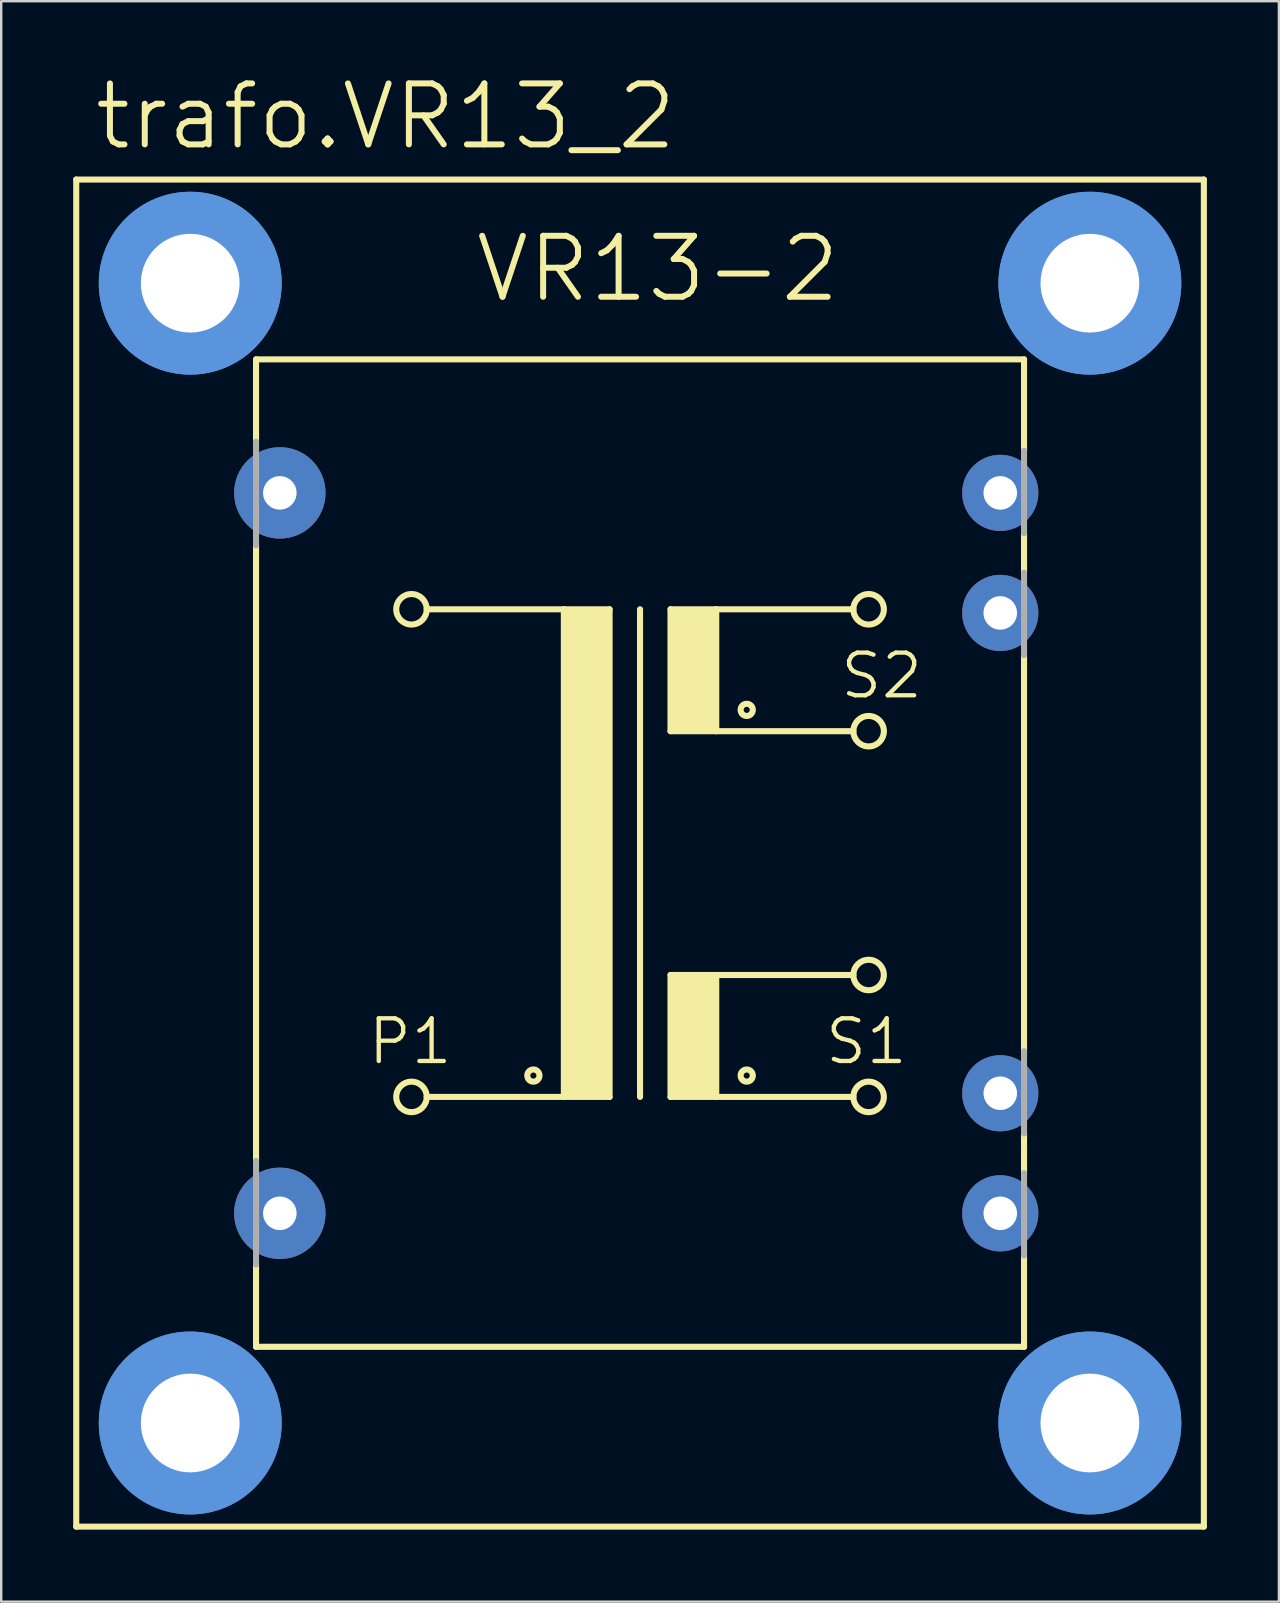
<source format=kicad_pcb>
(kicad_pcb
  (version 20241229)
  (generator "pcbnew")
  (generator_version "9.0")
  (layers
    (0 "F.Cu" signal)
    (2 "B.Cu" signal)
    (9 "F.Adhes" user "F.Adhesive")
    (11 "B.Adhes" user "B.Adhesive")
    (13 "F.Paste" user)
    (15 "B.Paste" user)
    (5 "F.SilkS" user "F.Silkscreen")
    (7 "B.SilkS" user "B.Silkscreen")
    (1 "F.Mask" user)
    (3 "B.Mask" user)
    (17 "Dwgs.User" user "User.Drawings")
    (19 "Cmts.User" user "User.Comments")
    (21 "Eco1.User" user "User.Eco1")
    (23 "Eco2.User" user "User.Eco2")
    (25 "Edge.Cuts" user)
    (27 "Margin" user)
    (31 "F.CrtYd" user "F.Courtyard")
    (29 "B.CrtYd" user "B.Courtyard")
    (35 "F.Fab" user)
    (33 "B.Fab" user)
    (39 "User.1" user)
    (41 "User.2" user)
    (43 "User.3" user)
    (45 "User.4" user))
  (footprint "trafo.VR13_2"
    (layer "F.Cu")
    (at 23.622 32.5)
    (property "Reference" "trafo.VR13_2" (at -22.86 -29.21 0) (layer "F.SilkS") (effects (font (size 2.54 2.54) (thickness 0.25)) (justify left bottom)))
    (attr through_hole)
    (fp_line (start -23.495 28.067) (end -23.495 -28.067) (stroke (width 0.254) (type default)) (layer "F.SilkS"))
    (fp_line (start -23.495 28.067) (end 23.495 28.067) (stroke (width 0.254) (type default)) (layer "F.SilkS"))
    (fp_line (start -16.002 -20.574) (end -16.002 -17.145) (stroke (width 0.254) (type default)) (layer "F.SilkS"))
    (fp_line (start -16.002 -12.827) (end -16.002 12.827) (stroke (width 0.254) (type default)) (layer "F.SilkS"))
    (fp_line (start -16.002 20.574) (end -16.002 17.145) (stroke (width 0.254) (type default)) (layer "F.SilkS"))
    (fp_line (start -16.002 20.574) (end 16.002 20.574) (stroke (width 0.254) (type default)) (layer "F.SilkS"))
    (fp_line (start -8.89 -10.16) (end -3.175 -10.16) (stroke (width 0.254) (type default)) (layer "F.SilkS"))
    (fp_line (start -3.175 -10.16) (end -3.175 10.16) (stroke (width 0.254) (type default)) (layer "F.SilkS"))
    (fp_line (start -3.175 -10.16) (end -1.27 -10.16) (stroke (width 0.254) (type default)) (layer "F.SilkS"))
    (fp_line (start -3.175 10.16) (end -8.89 10.16) (stroke (width 0.254) (type default)) (layer "F.SilkS"))
    (fp_line (start -1.27 -10.16) (end -1.27 10.16) (stroke (width 0.254) (type default)) (layer "F.SilkS"))
    (fp_line (start -1.27 10.16) (end -3.175 10.16) (stroke (width 0.254) (type default)) (layer "F.SilkS"))
    (fp_line (start 0 -10.16) (end 0 10.16) (stroke (width 0.254) (type default)) (layer "F.SilkS"))
    (fp_line (start 1.27 -10.16) (end 1.27 -5.08) (stroke (width 0.254) (type default)) (layer "F.SilkS"))
    (fp_line (start 1.27 -10.16) (end 3.175 -10.16) (stroke (width 0.254) (type default)) (layer "F.SilkS"))
    (fp_line (start 1.27 -5.08) (end 3.175 -5.08) (stroke (width 0.254) (type default)) (layer "F.SilkS"))
    (fp_line (start 1.27 5.08) (end 1.27 10.16) (stroke (width 0.254) (type default)) (layer "F.SilkS"))
    (fp_line (start 1.27 5.08) (end 3.175 5.08) (stroke (width 0.254) (type default)) (layer "F.SilkS"))
    (fp_line (start 1.27 10.16) (end 3.175 10.16) (stroke (width 0.254) (type default)) (layer "F.SilkS"))
    (fp_line (start 3.175 -10.16) (end 8.89 -10.16) (stroke (width 0.254) (type default)) (layer "F.SilkS"))
    (fp_line (start 3.175 -5.08) (end 3.175 -10.16) (stroke (width 0.254) (type default)) (layer "F.SilkS"))
    (fp_line (start 3.175 -5.08) (end 8.89 -5.08) (stroke (width 0.254) (type default)) (layer "F.SilkS"))
    (fp_line (start 3.175 5.08) (end 8.89 5.08) (stroke (width 0.254) (type default)) (layer "F.SilkS"))
    (fp_line (start 3.175 10.16) (end 3.175 5.08) (stroke (width 0.254) (type default)) (layer "F.SilkS"))
    (fp_line (start 3.175 10.16) (end 8.89 10.16) (stroke (width 0.254) (type default)) (layer "F.SilkS"))
    (fp_line (start 16.002 -20.574) (end -16.002 -20.574) (stroke (width 0.254) (type default)) (layer "F.SilkS"))
    (fp_line (start 16.002 -20.574) (end 16.002 -16.764) (stroke (width 0.254) (type default)) (layer "F.SilkS"))
    (fp_line (start 16.002 -11.684) (end 16.002 -13.335) (stroke (width 0.254) (type default)) (layer "F.SilkS"))
    (fp_line (start 16.002 -8.255) (end 16.002 8.255) (stroke (width 0.254) (type default)) (layer "F.SilkS"))
    (fp_line (start 16.002 13.335) (end 16.002 11.684) (stroke (width 0.254) (type default)) (layer "F.SilkS"))
    (fp_line (start 16.002 20.574) (end 16.002 16.764) (stroke (width 0.254) (type default)) (layer "F.SilkS"))
    (fp_line (start 23.495 -28.067) (end -23.495 -28.067) (stroke (width 0.254) (type default)) (layer "F.SilkS"))
    (fp_line (start 23.495 -28.067) (end 23.495 28.067) (stroke (width 0.254) (type default)) (layer "F.SilkS"))
    (fp_rect (start -3.175 10.16) (end -1.27 -10.16) (stroke (width 0.05) (type default)) (fill yes) (layer "F.SilkS"))
    (fp_rect (start 1.27 -5.08) (end 3.175 -10.16) (stroke (width 0.05) (type default)) (fill yes) (layer "F.SilkS"))
    (fp_rect (start 1.27 10.16) (end 3.175 5.08) (stroke (width 0.05) (type default)) (fill yes) (layer "F.SilkS"))
    (fp_circle (center -9.525 -10.16) (end -8.89 -10.16) (stroke (width 0.254) (type default)) (fill no) (layer "F.SilkS"))
    (fp_circle (center -9.525 10.16) (end -8.89 10.16) (stroke (width 0.254) (type default)) (fill no) (layer "F.SilkS"))
    (fp_circle (center -4.445 9.271) (end -4.191 9.271) (stroke (width 0.254) (type default)) (fill no) (layer "F.SilkS"))
    (fp_circle (center 4.445 -5.969) (end 4.699 -5.969) (stroke (width 0.254) (type default)) (fill no) (layer "F.SilkS"))
    (fp_circle (center 4.445 9.271) (end 4.699 9.271) (stroke (width 0.254) (type default)) (fill no) (layer "F.SilkS"))
    (fp_circle (center 9.525 -10.16) (end 10.16 -10.16) (stroke (width 0.254) (type default)) (fill no) (layer "F.SilkS"))
    (fp_circle (center 9.525 -5.08) (end 10.16 -5.08) (stroke (width 0.254) (type default)) (fill no) (layer "F.SilkS"))
    (fp_circle (center 9.525 5.08) (end 10.16 5.08) (stroke (width 0.254) (type default)) (fill no) (layer "F.SilkS"))
    (fp_circle (center 9.525 10.16) (end 10.16 10.16) (stroke (width 0.254) (type default)) (fill no) (layer "F.SilkS"))
    (fp_circle (center -18.745 -23.749) (end -15.824 -23.749) (stroke (width 1.778) (type default)) (fill no) (layer "Cmts.User"))
    (fp_circle (center -18.745 -23.749) (end -15.824 -23.749) (stroke (width 1.778) (type default)) (fill no) (layer "Cmts.User"))
    (fp_circle (center -18.745 23.749) (end -15.824 23.749) (stroke (width 1.778) (type default)) (fill no) (layer "Cmts.User"))
    (fp_circle (center -18.745 23.749) (end -15.824 23.749) (stroke (width 1.778) (type default)) (fill no) (layer "Cmts.User"))
    (fp_circle (center 18.745 -23.749) (end 21.666 -23.749) (stroke (width 1.778) (type default)) (fill no) (layer "Cmts.User"))
    (fp_circle (center 18.745 -23.749) (end 21.666 -23.749) (stroke (width 1.778) (type default)) (fill no) (layer "Cmts.User"))
    (fp_circle (center 18.745 23.749) (end 21.666 23.749) (stroke (width 1.778) (type default)) (fill no) (layer "Cmts.User"))
    (fp_circle (center 18.745 23.749) (end 21.666 23.749) (stroke (width 1.778) (type default)) (fill no) (layer "Cmts.User"))
    (fp_line (start -16.002 -12.827) (end -16.002 -17.145) (stroke (width 0.254) (type default)) (layer "F.Fab"))
    (fp_line (start -16.002 17.145) (end -16.002 12.827) (stroke (width 0.254) (type default)) (layer "F.Fab"))
    (fp_line (start 16.002 -13.335) (end 16.002 -16.764) (stroke (width 0.254) (type default)) (layer "F.Fab"))
    (fp_line (start 16.002 -8.255) (end 16.002 -11.684) (stroke (width 0.254) (type default)) (layer "F.Fab"))
    (fp_line (start 16.002 11.684) (end 16.002 8.255) (stroke (width 0.254) (type default)) (layer "F.Fab"))
    (fp_line (start 16.002 16.764) (end 16.002 13.335) (stroke (width 0.254) (type default)) (layer "F.Fab"))
    (fp_text user "VR13-2" (at -6.985 -22.86 0) (layer "F.SilkS") (effects (font (size 2.54 2.54) (thickness 0.25)) (justify left bottom)))
    (fp_text user "S2" (at 8.255 -6.35 0) (layer "F.SilkS") (effects (font (size 1.778 1.778) (thickness 0.18)) (justify left bottom)))
    (fp_text user "S1" (at 7.62 8.89 0) (layer "F.SilkS") (effects (font (size 1.778 1.778) (thickness 0.18)) (justify left bottom)))
    (fp_text user "P1" (at -11.43 8.89 0) (layer "F.SilkS") (effects (font (size 1.778 1.778) (thickness 0.18)) (justify left bottom)))
    (pad "" np_thru_hole circle (at -18.745 -23.749) (size 4.115 4.115) (drill 4.115) (layers "*.Cu" "*.Mask"))
    (pad "" np_thru_hole circle (at -18.745 23.749) (size 4.115 4.115) (drill 4.115) (layers "*.Cu" "*.Mask"))
    (pad "" np_thru_hole circle (at 18.745 -23.749) (size 4.115 4.115) (drill 4.115) (layers "*.Cu" "*.Mask"))
    (pad "" np_thru_hole circle (at 18.745 23.749) (size 4.115 4.115) (drill 4.115) (layers "*.Cu" "*.Mask"))
    (pad "1" thru_hole circle (at -15.011 -15.011) (size 3.81 3.81) (drill 1.397) (layers "*.Cu" "*.Mask"))
    (pad "2" thru_hole circle (at -15.011 15.011) (size 3.81 3.81) (drill 1.397) (layers "*.Cu" "*.Mask"))
    (pad "3" thru_hole circle (at 15.011 15.011) (size 3.175 3.175) (drill 1.397) (layers "*.Cu" "*.Mask"))
    (pad "4" thru_hole circle (at 15.011 10.008) (size 3.175 3.175) (drill 1.397) (layers "*.Cu" "*.Mask"))
    (pad "5" thru_hole circle (at 15.011 -10.008) (size 3.175 3.175) (drill 1.397) (layers "*.Cu" "*.Mask"))
    (pad "6" thru_hole circle (at 15.011 -15.011) (size 3.175 3.175) (drill 1.397) (layers "*.Cu" "*.Mask")))
  (gr_rect
    (start -3 -3)
    (end 50.244 63.694)
    (stroke (width 0.1) (type default))
    (fill no)
    (layer "Edge.Cuts")))
</source>
